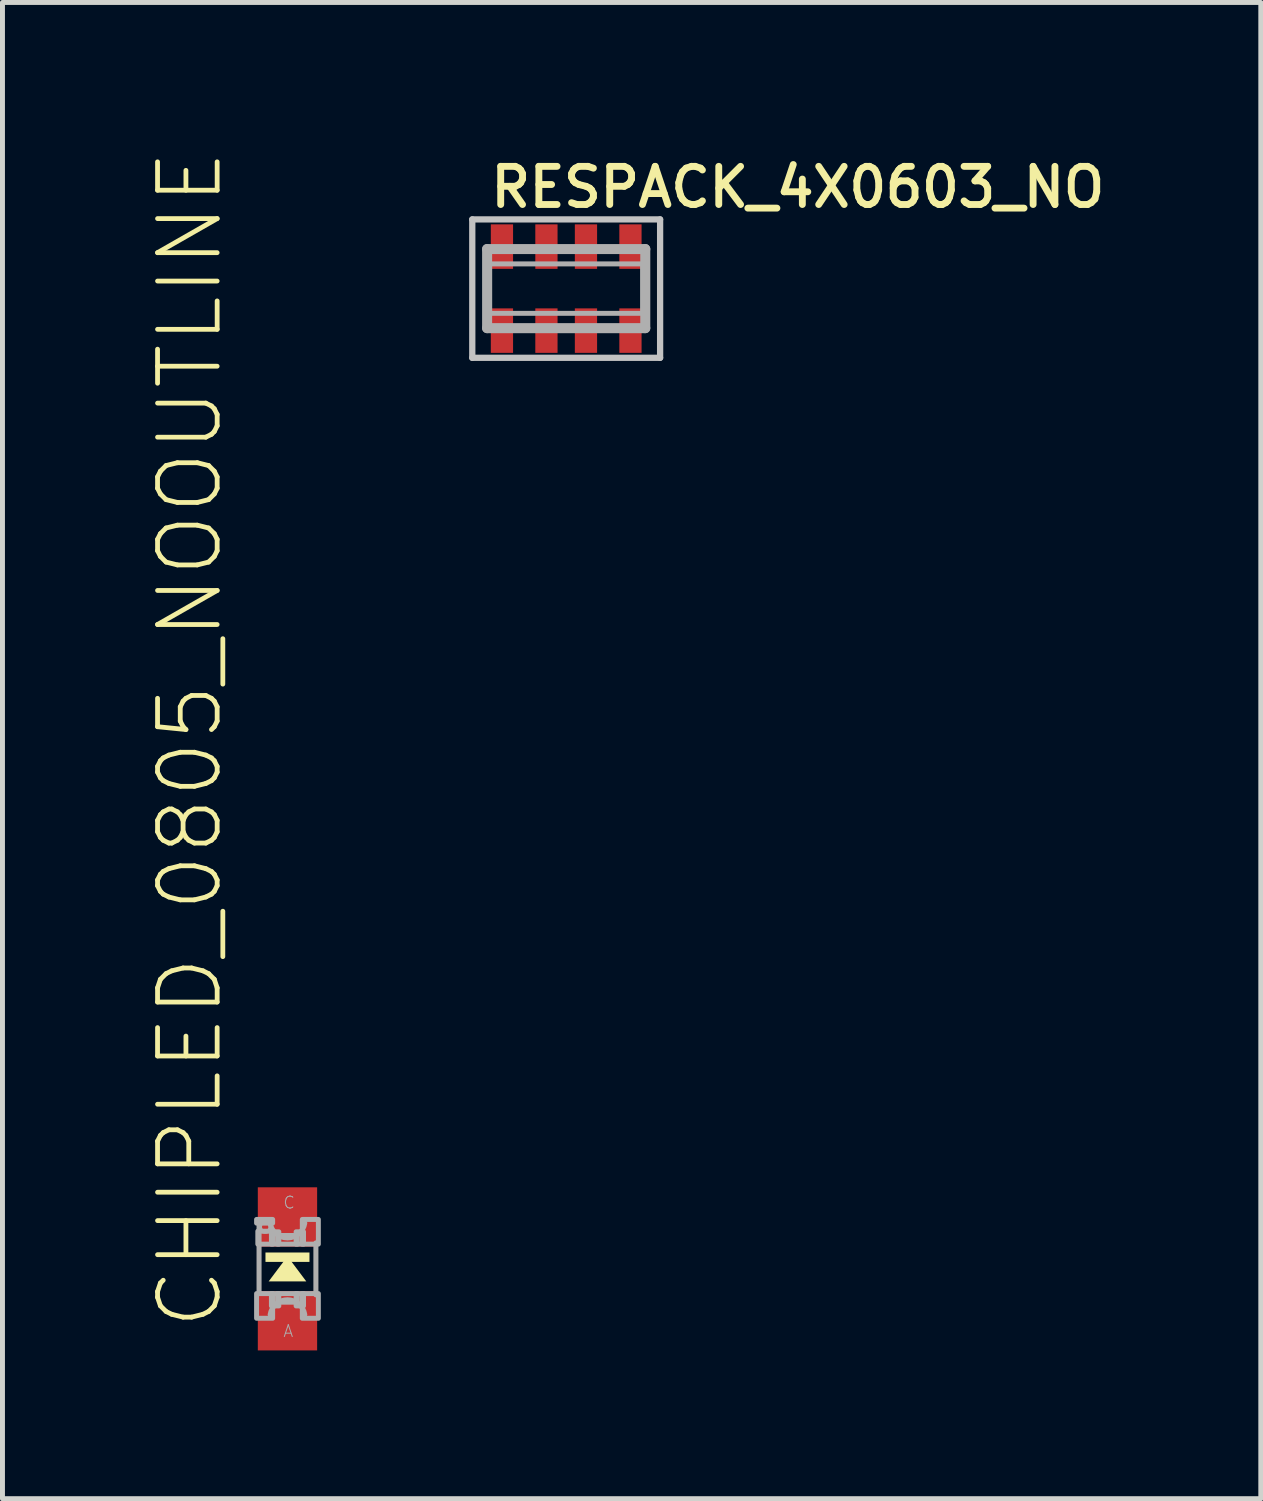
<source format=kicad_pcb>
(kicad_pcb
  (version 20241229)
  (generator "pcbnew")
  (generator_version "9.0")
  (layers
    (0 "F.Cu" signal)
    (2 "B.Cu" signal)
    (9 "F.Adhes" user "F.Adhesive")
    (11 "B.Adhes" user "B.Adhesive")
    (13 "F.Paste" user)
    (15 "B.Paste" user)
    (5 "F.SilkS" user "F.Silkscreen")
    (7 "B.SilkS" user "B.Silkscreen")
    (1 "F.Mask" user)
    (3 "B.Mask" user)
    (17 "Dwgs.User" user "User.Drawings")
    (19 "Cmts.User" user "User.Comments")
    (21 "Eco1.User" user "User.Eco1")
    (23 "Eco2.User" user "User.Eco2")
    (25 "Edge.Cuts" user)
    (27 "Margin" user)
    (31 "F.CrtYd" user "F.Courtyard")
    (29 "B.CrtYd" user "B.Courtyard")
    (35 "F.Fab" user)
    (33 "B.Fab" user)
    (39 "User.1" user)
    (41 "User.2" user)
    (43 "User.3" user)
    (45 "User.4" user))
  (footprint "CHIPLED_0805_NOOUTLINE"
    (layer "F.Cu")
    (at 2.766 22.621)
    (property "Reference" "CHIPLED_0805_NOOUTLINE" (at -1.27 1.27 90) (layer "F.SilkS") (effects (font (size 1.206 1.206) (thickness 0.097)) (justify left bottom)))
    (attr through_hole)
    (fp_poly (pts (xy 0 -0.254) (xy -0.381 0.254) (xy 0.381 0.254)) (stroke (width 0) (type solid)) (fill yes) (layer "F.SilkS"))
    (fp_poly (pts (xy -0.445 -0.141) (xy 0.445 -0.141) (xy 0.445 -0.331) (xy -0.445 -0.331)) (stroke (width 0) (type solid)) (fill yes) (layer "F.SilkS"))
    (fp_line (start -0.575 0.5) (end -0.575 -0.925) (stroke (width 0.102) (type solid)) (layer "F.Fab"))
    (fp_line (start 0.575 -0.525) (end 0.575 0.525) (stroke (width 0.102) (type solid)) (layer "F.Fab"))
    (fp_arc (start -0.35 0.925) (mid -0.000001 0.625027) (end 0.35 0.924998) (stroke (width 0.1016) (type solid)) (layer "F.Fab"))
    (fp_arc (start 0.35 -0.924998) (mid -0.000001 -0.625027) (end -0.35 -0.925) (stroke (width 0.1016) (type solid)) (layer "F.Fab"))
    (fp_circle (center -0.45 -0.85) (end -0.347 -0.85) (stroke (width 0.076) (type solid)) (fill no) (layer "F.Fab"))
    (fp_poly (pts (xy -0.625 -0.925) (xy -0.3 -0.925) (xy -0.3 -1) (xy -0.625 -1)) (stroke (width 0.1) (type solid)) (fill no) (layer "F.Fab"))
    (fp_poly (pts (xy -0.625 1) (xy -0.3 1) (xy -0.3 0.5) (xy -0.625 0.5)) (stroke (width 0.1) (type solid)) (fill no) (layer "F.Fab"))
    (fp_poly (pts (xy -0.6 -0.5) (xy -0.3 -0.5) (xy -0.3 -0.762) (xy -0.6 -0.762)) (stroke (width 0.1) (type solid)) (fill no) (layer "F.Fab"))
    (fp_poly (pts (xy -0.325 -0.5) (xy -0.175 -0.5) (xy -0.175 -0.75) (xy -0.325 -0.75)) (stroke (width 0.1) (type solid)) (fill no) (layer "F.Fab"))
    (fp_poly (pts (xy -0.325 0.75) (xy -0.175 0.75) (xy -0.175 0.5) (xy -0.325 0.5)) (stroke (width 0.1) (type solid)) (fill no) (layer "F.Fab"))
    (fp_poly (pts (xy -0.2 -0.5) (xy 0.2 -0.5) (xy 0.2 -0.675) (xy -0.2 -0.675)) (stroke (width 0.1) (type solid)) (fill no) (layer "F.Fab"))
    (fp_poly (pts (xy -0.2 0.675) (xy 0.2 0.675) (xy 0.2 0.5) (xy -0.2 0.5)) (stroke (width 0.1) (type solid)) (fill no) (layer "F.Fab"))
    (fp_poly (pts (xy 0.175 -0.5) (xy 0.325 -0.5) (xy 0.325 -0.75) (xy 0.175 -0.75)) (stroke (width 0.1) (type solid)) (fill no) (layer "F.Fab"))
    (fp_poly (pts (xy 0.175 0.75) (xy 0.325 0.75) (xy 0.325 0.5) (xy 0.175 0.5)) (stroke (width 0.1) (type solid)) (fill no) (layer "F.Fab"))
    (fp_poly (pts (xy 0.3 -0.5) (xy 0.625 -0.5) (xy 0.625 -1) (xy 0.3 -1)) (stroke (width 0.1) (type solid)) (fill no) (layer "F.Fab"))
    (fp_poly (pts (xy 0.3 1) (xy 0.625 1) (xy 0.625 0.5) (xy 0.3 0.5)) (stroke (width 0.1) (type solid)) (fill no) (layer "F.Fab"))
    (fp_text user "A" (at -0.1 1.4 0) (layer "F.Fab") (effects (font (size 0.241 0.241) (thickness 0.02)) (justify left bottom)))
    (fp_text user "C" (at -0.1 -1.2 0) (layer "F.Fab") (effects (font (size 0.241 0.241) (thickness 0.02)) (justify left bottom)))
    (pad "A" smd rect (at 0 1.05) (size 1.2 1.2) (layers "F.Cu" "F.Mask" "F.Paste"))
    (pad "C" smd rect (at 0 -1.05) (size 1.2 1.2) (layers "F.Cu" "F.Mask" "F.Paste")))
  (footprint "RESPACK_4X0603_NO"
    (layer "F.Cu")
    (at 8.405 2.789)
    (property "Reference" "RESPACK_4X0603_NO" (at -1.6 -1.6 0) (layer "F.SilkS") (effects (font (size 0.772 0.772) (thickness 0.139)) (justify left bottom)))
    (attr through_hole)
    (fp_line (start -1.9 -1.4) (end 1.9 -1.4) (stroke (width 0.127) (type solid)) (layer "Dwgs.User"))
    (fp_line (start -1.9 1.4) (end -1.9 -1.4) (stroke (width 0.127) (type solid)) (layer "Dwgs.User"))
    (fp_line (start -1.9 1.4) (end 1.9 1.4) (stroke (width 0.127) (type solid)) (layer "Dwgs.User"))
    (fp_line (start 1.9 -1.4) (end 1.9 1.4) (stroke (width 0.127) (type solid)) (layer "Dwgs.User"))
    (fp_line (start -1.6 -0.8) (end 1.6 -0.8) (stroke (width 0.203) (type solid)) (layer "F.Fab"))
    (fp_line (start -1.6 0.8) (end -1.6 -0.8) (stroke (width 0.203) (type solid)) (layer "F.Fab"))
    (fp_line (start 1.6 -0.8) (end 1.6 0.8) (stroke (width 0.203) (type solid)) (layer "F.Fab"))
    (fp_line (start 1.6 0.8) (end -1.6 0.8) (stroke (width 0.203) (type solid)) (layer "F.Fab"))
    (fp_poly (pts (xy -1.55 0.5) (xy 1.55 0.5) (xy 1.55 -0.5) (xy -1.55 -0.5)) (stroke (width 0.1) (type solid)) (fill no) (layer "F.Fab"))
    (pad "1" smd rect (at -1.3 0.85) (size 0.45 0.9) (layers "F.Cu" "F.Mask" "F.Paste"))
    (pad "2" smd rect (at -0.4 0.85) (size 0.45 0.9) (layers "F.Cu" "F.Mask" "F.Paste"))
    (pad "3" smd rect (at 0.4 0.85) (size 0.45 0.9) (layers "F.Cu" "F.Mask" "F.Paste"))
    (pad "4" smd rect (at 1.3 0.85) (size 0.45 0.9) (layers "F.Cu" "F.Mask" "F.Paste"))
    (pad "5" smd rect (at 1.3 -0.85) (size 0.45 0.9) (layers "F.Cu" "F.Mask" "F.Paste"))
    (pad "6" smd rect (at 0.4 -0.85) (size 0.45 0.9) (layers "F.Cu" "F.Mask" "F.Paste"))
    (pad "7" smd rect (at -0.4 -0.85) (size 0.45 0.9) (layers "F.Cu" "F.Mask" "F.Paste"))
    (pad "8" smd rect (at -1.3 -0.85) (size 0.45 0.9) (layers "F.Cu" "F.Mask" "F.Paste")))
  (gr_rect
    (start -3 -3)
    (end 22.458 27.271)
    (stroke (width 0.1) (type default))
    (fill no)
    (layer "Edge.Cuts")))
</source>
